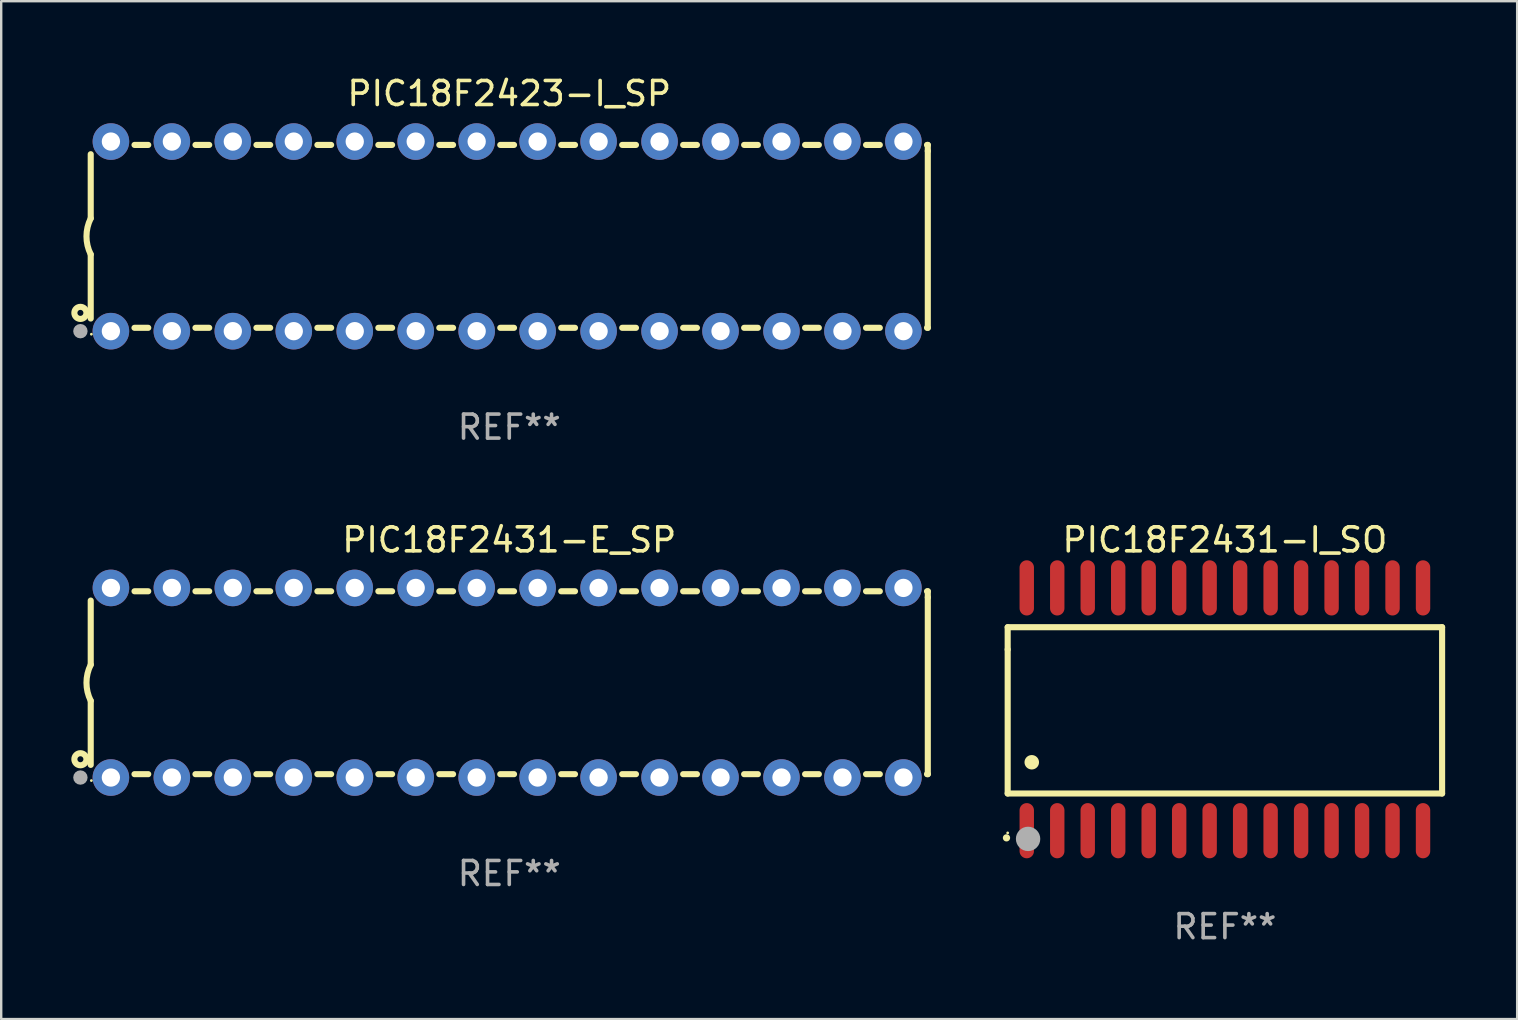
<source format=kicad_pcb>
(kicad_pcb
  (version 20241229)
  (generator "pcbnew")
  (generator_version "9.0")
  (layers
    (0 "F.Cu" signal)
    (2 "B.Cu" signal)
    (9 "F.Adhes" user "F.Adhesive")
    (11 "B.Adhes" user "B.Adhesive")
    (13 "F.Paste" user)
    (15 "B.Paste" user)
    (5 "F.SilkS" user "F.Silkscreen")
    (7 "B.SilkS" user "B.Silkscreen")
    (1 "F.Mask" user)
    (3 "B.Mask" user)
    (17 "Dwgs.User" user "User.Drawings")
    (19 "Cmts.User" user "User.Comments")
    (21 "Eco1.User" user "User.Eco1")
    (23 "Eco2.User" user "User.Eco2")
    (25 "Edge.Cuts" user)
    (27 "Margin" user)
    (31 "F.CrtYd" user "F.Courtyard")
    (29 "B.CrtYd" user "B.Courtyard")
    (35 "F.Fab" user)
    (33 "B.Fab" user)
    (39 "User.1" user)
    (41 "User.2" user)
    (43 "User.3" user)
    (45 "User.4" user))
  (footprint "PIC18F2431-I_SO"
    (layer "F.Cu")
    (at 47.984 26.502)
    (property "Reference" "PIC18F2431-I_SO" (at 0 -7.058 0) (layer "F.SilkS") (effects (font (size 1 1) (thickness 0.15))))
    (attr through_hole)
    (fp_line (start -9.05 -3.42) (end 9.05 -3.42) (stroke (width 0.254) (type solid)) (layer "F.SilkS"))
    (fp_line (start -9.05 -2.492) (end -9.05 -3.42) (stroke (width 0.254) (type solid)) (layer "F.SilkS"))
    (fp_line (start -9.05 3.508) (end -9.05 -2.492) (stroke (width 0.254) (type solid)) (layer "F.SilkS"))
    (fp_line (start 9.05 -3.42) (end 9.05 3.508) (stroke (width 0.254) (type solid)) (layer "F.SilkS"))
    (fp_line (start 9.05 3.508) (end -9.05 3.508) (stroke (width 0.254) (type solid)) (layer "F.SilkS"))
    (fp_arc (start -9.100838 5.35649) (mid -9.099568 5.356485) (end -9.098298 5.35649) (stroke (width 0.3) (type solid)) (layer "F.SilkS"))
    (fp_arc (start -8.049276 2.206883) (mid -8.046736 2.206872) (end -8.044196 2.206883) (stroke (width 0.6) (type solid)) (layer "F.SilkS"))
    (fp_circle (center -9.05 5.15) (end -9.02 5.15) (stroke (width 0.06) (type solid)) (fill no) (layer "F.SilkS"))
    (fp_circle (center -8.2 5.4) (end -7.946 5.4) (stroke (width 0.508) (type solid)) (fill no) (layer "F.Fab"))
    (fp_text user "REF**" (at 0 9.058 0) (layer "F.Fab") (effects (font (size 1 1) (thickness 0.15))))
    (pad "1" smd oval (at -8.255 5.058 180) (size 0.6 2.3) (layers "F.Cu" "F.Mask" "F.Paste"))
    (pad "2" smd oval (at -6.985 5.058 180) (size 0.6 2.3) (layers "F.Cu" "F.Mask" "F.Paste"))
    (pad "3" smd oval (at -5.715 5.058 180) (size 0.6 2.3) (layers "F.Cu" "F.Mask" "F.Paste"))
    (pad "4" smd oval (at -4.445 5.058 180) (size 0.6 2.3) (layers "F.Cu" "F.Mask" "F.Paste"))
    (pad "5" smd oval (at -3.175 5.058 180) (size 0.6 2.3) (layers "F.Cu" "F.Mask" "F.Paste"))
    (pad "6" smd oval (at -1.905 5.058 180) (size 0.6 2.3) (layers "F.Cu" "F.Mask" "F.Paste"))
    (pad "7" smd oval (at -0.635 5.058 180) (size 0.6 2.3) (layers "F.Cu" "F.Mask" "F.Paste"))
    (pad "8" smd oval (at 0.635 5.058 180) (size 0.6 2.3) (layers "F.Cu" "F.Mask" "F.Paste"))
    (pad "9" smd oval (at 1.905 5.058 180) (size 0.6 2.3) (layers "F.Cu" "F.Mask" "F.Paste"))
    (pad "10" smd oval (at 3.175 5.058 180) (size 0.6 2.3) (layers "F.Cu" "F.Mask" "F.Paste"))
    (pad "11" smd oval (at 4.445 5.058 180) (size 0.6 2.3) (layers "F.Cu" "F.Mask" "F.Paste"))
    (pad "12" smd oval (at 5.715 5.058 180) (size 0.6 2.3) (layers "F.Cu" "F.Mask" "F.Paste"))
    (pad "13" smd oval (at 6.985 5.058 180) (size 0.6 2.3) (layers "F.Cu" "F.Mask" "F.Paste"))
    (pad "14" smd oval (at 8.255 5.058 180) (size 0.6 2.3) (layers "F.Cu" "F.Mask" "F.Paste"))
    (pad "15" smd oval (at 8.255 -5.058 180) (size 0.6 2.3) (layers "F.Cu" "F.Mask" "F.Paste"))
    (pad "16" smd oval (at 6.985 -5.058 180) (size 0.6 2.3) (layers "F.Cu" "F.Mask" "F.Paste"))
    (pad "17" smd oval (at 5.715 -5.058 180) (size 0.6 2.3) (layers "F.Cu" "F.Mask" "F.Paste"))
    (pad "18" smd oval (at 4.445 -5.058 180) (size 0.6 2.3) (layers "F.Cu" "F.Mask" "F.Paste"))
    (pad "19" smd oval (at 3.175 -5.058 180) (size 0.6 2.3) (layers "F.Cu" "F.Mask" "F.Paste"))
    (pad "20" smd oval (at 1.905 -5.058 180) (size 0.6 2.3) (layers "F.Cu" "F.Mask" "F.Paste"))
    (pad "21" smd oval (at 0.635 -5.058 180) (size 0.6 2.3) (layers "F.Cu" "F.Mask" "F.Paste"))
    (pad "22" smd oval (at -0.635 -5.058 180) (size 0.6 2.3) (layers "F.Cu" "F.Mask" "F.Paste"))
    (pad "23" smd oval (at -1.905 -5.058 180) (size 0.6 2.3) (layers "F.Cu" "F.Mask" "F.Paste"))
    (pad "24" smd oval (at -3.175 -5.058 180) (size 0.6 2.3) (layers "F.Cu" "F.Mask" "F.Paste"))
    (pad "25" smd oval (at -4.445 -5.058 180) (size 0.6 2.3) (layers "F.Cu" "F.Mask" "F.Paste"))
    (pad "26" smd oval (at -5.715 -5.058 180) (size 0.6 2.3) (layers "F.Cu" "F.Mask" "F.Paste"))
    (pad "27" smd oval (at -6.985 -5.058 180) (size 0.6 2.3) (layers "F.Cu" "F.Mask" "F.Paste"))
    (pad "28" smd oval (at -8.255 -5.058 180) (size 0.6 2.3) (layers "F.Cu" "F.Mask" "F.Paste")))
  (footprint "PIC18F2431-E_SP"
    (layer "F.Cu")
    (at 18.168 25.395)
    (property "Reference" "PIC18F2431-E_SP" (at 0 -5.95 0) (layer "F.SilkS") (effects (font (size 1 1) (thickness 0.15))))
    (attr through_hole)
    (fp_line (start -17.438 0.75) (end -17.438 3.423) (stroke (width 0.254) (type solid)) (layer "F.SilkS"))
    (fp_line (start -17.438 -3.423) (end -17.438 -0.75) (stroke (width 0.254) (type solid)) (layer "F.SilkS"))
    (fp_line (start -15.615 3.81) (end -15.041 3.81) (stroke (width 0.254) (type solid)) (layer "F.SilkS"))
    (fp_line (start -15.041 -3.81) (end -15.614 -3.81) (stroke (width 0.254) (type solid)) (layer "F.SilkS"))
    (fp_line (start -13.075 3.81) (end -12.501 3.81) (stroke (width 0.254) (type solid)) (layer "F.SilkS"))
    (fp_line (start -12.501 -3.81) (end -13.074 -3.81) (stroke (width 0.254) (type solid)) (layer "F.SilkS"))
    (fp_line (start -10.535 3.81) (end -9.961 3.81) (stroke (width 0.254) (type solid)) (layer "F.SilkS"))
    (fp_line (start -9.961 -3.81) (end -10.534 -3.81) (stroke (width 0.254) (type solid)) (layer "F.SilkS"))
    (fp_line (start -7.995 3.81) (end -7.421 3.81) (stroke (width 0.254) (type solid)) (layer "F.SilkS"))
    (fp_line (start -7.421 -3.81) (end -7.995 -3.81) (stroke (width 0.254) (type solid)) (layer "F.SilkS"))
    (fp_line (start -5.455 3.81) (end -4.881 3.81) (stroke (width 0.254) (type solid)) (layer "F.SilkS"))
    (fp_line (start -4.881 -3.81) (end -5.455 -3.81) (stroke (width 0.254) (type solid)) (layer "F.SilkS"))
    (fp_line (start -2.915 3.81) (end -2.341 3.81) (stroke (width 0.254) (type solid)) (layer "F.SilkS"))
    (fp_line (start -2.341 -3.81) (end -2.915 -3.81) (stroke (width 0.254) (type solid)) (layer "F.SilkS"))
    (fp_line (start -0.375 3.81) (end 0.199 3.81) (stroke (width 0.254) (type solid)) (layer "F.SilkS"))
    (fp_line (start 0.199 -3.81) (end -0.375 -3.81) (stroke (width 0.254) (type solid)) (layer "F.SilkS"))
    (fp_line (start 2.165 3.81) (end 2.739 3.81) (stroke (width 0.254) (type solid)) (layer "F.SilkS"))
    (fp_line (start 2.739 -3.81) (end 2.165 -3.81) (stroke (width 0.254) (type solid)) (layer "F.SilkS"))
    (fp_line (start 4.705 3.81) (end 5.279 3.81) (stroke (width 0.254) (type solid)) (layer "F.SilkS"))
    (fp_line (start 5.279 -3.81) (end 4.705 -3.81) (stroke (width 0.254) (type solid)) (layer "F.SilkS"))
    (fp_line (start 7.245 3.81) (end 7.819 3.81) (stroke (width 0.254) (type solid)) (layer "F.SilkS"))
    (fp_line (start 7.819 -3.81) (end 7.245 -3.81) (stroke (width 0.254) (type solid)) (layer "F.SilkS"))
    (fp_line (start 9.785 3.81) (end 10.359 3.81) (stroke (width 0.254) (type solid)) (layer "F.SilkS"))
    (fp_line (start 10.359 -3.81) (end 9.785 -3.81) (stroke (width 0.254) (type solid)) (layer "F.SilkS"))
    (fp_line (start 12.325 3.81) (end 12.899 3.81) (stroke (width 0.254) (type solid)) (layer "F.SilkS"))
    (fp_line (start 12.899 -3.81) (end 12.325 -3.81) (stroke (width 0.254) (type solid)) (layer "F.SilkS"))
    (fp_line (start 14.865 3.81) (end 15.439 3.81) (stroke (width 0.254) (type solid)) (layer "F.SilkS"))
    (fp_line (start 15.439 -3.81) (end 14.865 -3.81) (stroke (width 0.254) (type solid)) (layer "F.SilkS"))
    (fp_line (start 17.405 3.81) (end 17.438 3.81) (stroke (width 0.254) (type solid)) (layer "F.SilkS"))
    (fp_line (start 17.438 -3.81) (end 17.405 -3.81) (stroke (width 0.254) (type solid)) (layer "F.SilkS"))
    (fp_line (start 17.438 -3.556) (end 17.438 -3.81) (stroke (width 0.254) (type solid)) (layer "F.SilkS"))
    (fp_line (start 17.438 3.81) (end 17.438 -3.556) (stroke (width 0.254) (type solid)) (layer "F.SilkS"))
    (fp_arc (start -17.437986 0.749657) (mid -17.614887 -0.000024) (end -17.437783 -0.749657) (stroke (width 0.254001) (type solid)) (layer "F.SilkS"))
    (fp_circle (center -17.868 3.188) (end -17.743 3.188) (stroke (width 0.254) (type solid)) (fill no) (layer "F.SilkS"))
    (fp_circle (center -17.411 4.077) (end -17.381 4.077) (stroke (width 0.06) (type solid)) (fill no) (layer "F.SilkS"))
    (fp_circle (center -17.868 3.95) (end -17.718 3.95) (stroke (width 0.3) (type solid)) (fill no) (layer "F.Fab"))
    (fp_text user "REF**" (at 0 7.95 0) (layer "F.Fab") (effects (font (size 1 1) (thickness 0.15))))
    (pad "1" thru_hole circle (at -16.598 3.95) (size 1.524 1.524) (drill 0.762) (layers "*.Cu" "*.Mask"))
    (pad "2" thru_hole circle (at -14.058 3.95) (size 1.524 1.524) (drill 0.762) (layers "*.Cu" "*.Mask"))
    (pad "3" thru_hole circle (at -11.518 3.95) (size 1.524 1.524) (drill 0.762) (layers "*.Cu" "*.Mask"))
    (pad "4" thru_hole circle (at -8.978 3.95) (size 1.524 1.524) (drill 0.762) (layers "*.Cu" "*.Mask"))
    (pad "5" thru_hole circle (at -6.438 3.95) (size 1.524 1.524) (drill 0.762) (layers "*.Cu" "*.Mask"))
    (pad "6" thru_hole circle (at -3.898 3.95) (size 1.524 1.524) (drill 0.762) (layers "*.Cu" "*.Mask"))
    (pad "7" thru_hole circle (at -1.358 3.95) (size 1.524 1.524) (drill 0.762) (layers "*.Cu" "*.Mask"))
    (pad "8" thru_hole circle (at 1.182 3.95) (size 1.524 1.524) (drill 0.762) (layers "*.Cu" "*.Mask"))
    (pad "9" thru_hole circle (at 3.722 3.95) (size 1.524 1.524) (drill 0.762) (layers "*.Cu" "*.Mask"))
    (pad "10" thru_hole circle (at 6.262 3.95) (size 1.524 1.524) (drill 0.762) (layers "*.Cu" "*.Mask"))
    (pad "11" thru_hole circle (at 8.802 3.95) (size 1.524 1.524) (drill 0.762) (layers "*.Cu" "*.Mask"))
    (pad "12" thru_hole circle (at 11.342 3.95) (size 1.524 1.524) (drill 0.762) (layers "*.Cu" "*.Mask"))
    (pad "13" thru_hole circle (at 13.882 3.95) (size 1.524 1.524) (drill 0.762) (layers "*.Cu" "*.Mask"))
    (pad "14" thru_hole circle (at 16.422 3.95) (size 1.524 1.524) (drill 0.762) (layers "*.Cu" "*.Mask"))
    (pad "15" thru_hole circle (at 16.422 -3.95) (size 1.524 1.524) (drill 0.762) (layers "*.Cu" "*.Mask"))
    (pad "16" thru_hole circle (at 13.882 -3.95) (size 1.524 1.524) (drill 0.762) (layers "*.Cu" "*.Mask"))
    (pad "17" thru_hole circle (at 11.342 -3.95) (size 1.524 1.524) (drill 0.762) (layers "*.Cu" "*.Mask"))
    (pad "18" thru_hole circle (at 8.802 -3.95) (size 1.524 1.524) (drill 0.762) (layers "*.Cu" "*.Mask"))
    (pad "19" thru_hole circle (at 6.262 -3.95) (size 1.524 1.524) (drill 0.762) (layers "*.Cu" "*.Mask"))
    (pad "20" thru_hole circle (at 3.722 -3.95) (size 1.524 1.524) (drill 0.762) (layers "*.Cu" "*.Mask"))
    (pad "21" thru_hole circle (at 1.182 -3.95) (size 1.524 1.524) (drill 0.762) (layers "*.Cu" "*.Mask"))
    (pad "22" thru_hole circle (at -1.358 -3.95) (size 1.524 1.524) (drill 0.762) (layers "*.Cu" "*.Mask"))
    (pad "23" thru_hole circle (at -3.898 -3.95) (size 1.524 1.524) (drill 0.762) (layers "*.Cu" "*.Mask"))
    (pad "24" thru_hole circle (at -6.438 -3.95) (size 1.524 1.524) (drill 0.762) (layers "*.Cu" "*.Mask"))
    (pad "25" thru_hole circle (at -8.978 -3.95) (size 1.524 1.524) (drill 0.762) (layers "*.Cu" "*.Mask"))
    (pad "26" thru_hole circle (at -11.517 -3.95) (size 1.524 1.524) (drill 0.762) (layers "*.Cu" "*.Mask"))
    (pad "27" thru_hole circle (at -14.057 -3.95) (size 1.524 1.524) (drill 0.762) (layers "*.Cu" "*.Mask"))
    (pad "28" thru_hole circle (at -16.597 -3.95) (size 1.524 1.524) (drill 0.762) (layers "*.Cu" "*.Mask")))
  (footprint "PIC18F2423-I_SP"
    (layer "F.Cu")
    (at 18.168 6.798)
    (property "Reference" "PIC18F2423-I_SP" (at 0 -5.95 0) (layer "F.SilkS") (effects (font (size 1 1) (thickness 0.15))))
    (attr through_hole)
    (fp_line (start -17.438 0.75) (end -17.438 3.423) (stroke (width 0.254) (type solid)) (layer "F.SilkS"))
    (fp_line (start -17.438 -3.423) (end -17.438 -0.75) (stroke (width 0.254) (type solid)) (layer "F.SilkS"))
    (fp_line (start -15.615 3.81) (end -15.041 3.81) (stroke (width 0.254) (type solid)) (layer "F.SilkS"))
    (fp_line (start -15.041 -3.81) (end -15.614 -3.81) (stroke (width 0.254) (type solid)) (layer "F.SilkS"))
    (fp_line (start -13.075 3.81) (end -12.501 3.81) (stroke (width 0.254) (type solid)) (layer "F.SilkS"))
    (fp_line (start -12.501 -3.81) (end -13.074 -3.81) (stroke (width 0.254) (type solid)) (layer "F.SilkS"))
    (fp_line (start -10.535 3.81) (end -9.961 3.81) (stroke (width 0.254) (type solid)) (layer "F.SilkS"))
    (fp_line (start -9.961 -3.81) (end -10.534 -3.81) (stroke (width 0.254) (type solid)) (layer "F.SilkS"))
    (fp_line (start -7.995 3.81) (end -7.421 3.81) (stroke (width 0.254) (type solid)) (layer "F.SilkS"))
    (fp_line (start -7.421 -3.81) (end -7.995 -3.81) (stroke (width 0.254) (type solid)) (layer "F.SilkS"))
    (fp_line (start -5.455 3.81) (end -4.881 3.81) (stroke (width 0.254) (type solid)) (layer "F.SilkS"))
    (fp_line (start -4.881 -3.81) (end -5.455 -3.81) (stroke (width 0.254) (type solid)) (layer "F.SilkS"))
    (fp_line (start -2.915 3.81) (end -2.341 3.81) (stroke (width 0.254) (type solid)) (layer "F.SilkS"))
    (fp_line (start -2.341 -3.81) (end -2.915 -3.81) (stroke (width 0.254) (type solid)) (layer "F.SilkS"))
    (fp_line (start -0.375 3.81) (end 0.199 3.81) (stroke (width 0.254) (type solid)) (layer "F.SilkS"))
    (fp_line (start 0.199 -3.81) (end -0.375 -3.81) (stroke (width 0.254) (type solid)) (layer "F.SilkS"))
    (fp_line (start 2.165 3.81) (end 2.739 3.81) (stroke (width 0.254) (type solid)) (layer "F.SilkS"))
    (fp_line (start 2.739 -3.81) (end 2.165 -3.81) (stroke (width 0.254) (type solid)) (layer "F.SilkS"))
    (fp_line (start 4.705 3.81) (end 5.279 3.81) (stroke (width 0.254) (type solid)) (layer "F.SilkS"))
    (fp_line (start 5.279 -3.81) (end 4.705 -3.81) (stroke (width 0.254) (type solid)) (layer "F.SilkS"))
    (fp_line (start 7.245 3.81) (end 7.819 3.81) (stroke (width 0.254) (type solid)) (layer "F.SilkS"))
    (fp_line (start 7.819 -3.81) (end 7.245 -3.81) (stroke (width 0.254) (type solid)) (layer "F.SilkS"))
    (fp_line (start 9.785 3.81) (end 10.359 3.81) (stroke (width 0.254) (type solid)) (layer "F.SilkS"))
    (fp_line (start 10.359 -3.81) (end 9.785 -3.81) (stroke (width 0.254) (type solid)) (layer "F.SilkS"))
    (fp_line (start 12.325 3.81) (end 12.899 3.81) (stroke (width 0.254) (type solid)) (layer "F.SilkS"))
    (fp_line (start 12.899 -3.81) (end 12.325 -3.81) (stroke (width 0.254) (type solid)) (layer "F.SilkS"))
    (fp_line (start 14.865 3.81) (end 15.439 3.81) (stroke (width 0.254) (type solid)) (layer "F.SilkS"))
    (fp_line (start 15.439 -3.81) (end 14.865 -3.81) (stroke (width 0.254) (type solid)) (layer "F.SilkS"))
    (fp_line (start 17.405 3.81) (end 17.438 3.81) (stroke (width 0.254) (type solid)) (layer "F.SilkS"))
    (fp_line (start 17.438 -3.81) (end 17.405 -3.81) (stroke (width 0.254) (type solid)) (layer "F.SilkS"))
    (fp_line (start 17.438 -3.556) (end 17.438 -3.81) (stroke (width 0.254) (type solid)) (layer "F.SilkS"))
    (fp_line (start 17.438 3.81) (end 17.438 -3.556) (stroke (width 0.254) (type solid)) (layer "F.SilkS"))
    (fp_arc (start -17.437986 0.749657) (mid -17.614887 -0.000024) (end -17.437783 -0.749657) (stroke (width 0.254001) (type solid)) (layer "F.SilkS"))
    (fp_circle (center -17.868 3.188) (end -17.743 3.188) (stroke (width 0.254) (type solid)) (fill no) (layer "F.SilkS"))
    (fp_circle (center -17.411 4.077) (end -17.381 4.077) (stroke (width 0.06) (type solid)) (fill no) (layer "F.SilkS"))
    (fp_circle (center -17.868 3.95) (end -17.718 3.95) (stroke (width 0.3) (type solid)) (fill no) (layer "F.Fab"))
    (fp_text user "REF**" (at 0 7.95 0) (layer "F.Fab") (effects (font (size 1 1) (thickness 0.15))))
    (pad "1" thru_hole circle (at -16.598 3.95) (size 1.524 1.524) (drill 0.762) (layers "*.Cu" "*.Mask"))
    (pad "2" thru_hole circle (at -14.058 3.95) (size 1.524 1.524) (drill 0.762) (layers "*.Cu" "*.Mask"))
    (pad "3" thru_hole circle (at -11.518 3.95) (size 1.524 1.524) (drill 0.762) (layers "*.Cu" "*.Mask"))
    (pad "4" thru_hole circle (at -8.978 3.95) (size 1.524 1.524) (drill 0.762) (layers "*.Cu" "*.Mask"))
    (pad "5" thru_hole circle (at -6.438 3.95) (size 1.524 1.524) (drill 0.762) (layers "*.Cu" "*.Mask"))
    (pad "6" thru_hole circle (at -3.898 3.95) (size 1.524 1.524) (drill 0.762) (layers "*.Cu" "*.Mask"))
    (pad "7" thru_hole circle (at -1.358 3.95) (size 1.524 1.524) (drill 0.762) (layers "*.Cu" "*.Mask"))
    (pad "8" thru_hole circle (at 1.182 3.95) (size 1.524 1.524) (drill 0.762) (layers "*.Cu" "*.Mask"))
    (pad "9" thru_hole circle (at 3.722 3.95) (size 1.524 1.524) (drill 0.762) (layers "*.Cu" "*.Mask"))
    (pad "10" thru_hole circle (at 6.262 3.95) (size 1.524 1.524) (drill 0.762) (layers "*.Cu" "*.Mask"))
    (pad "11" thru_hole circle (at 8.802 3.95) (size 1.524 1.524) (drill 0.762) (layers "*.Cu" "*.Mask"))
    (pad "12" thru_hole circle (at 11.342 3.95) (size 1.524 1.524) (drill 0.762) (layers "*.Cu" "*.Mask"))
    (pad "13" thru_hole circle (at 13.882 3.95) (size 1.524 1.524) (drill 0.762) (layers "*.Cu" "*.Mask"))
    (pad "14" thru_hole circle (at 16.422 3.95) (size 1.524 1.524) (drill 0.762) (layers "*.Cu" "*.Mask"))
    (pad "15" thru_hole circle (at 16.422 -3.95) (size 1.524 1.524) (drill 0.762) (layers "*.Cu" "*.Mask"))
    (pad "16" thru_hole circle (at 13.882 -3.95) (size 1.524 1.524) (drill 0.762) (layers "*.Cu" "*.Mask"))
    (pad "17" thru_hole circle (at 11.342 -3.95) (size 1.524 1.524) (drill 0.762) (layers "*.Cu" "*.Mask"))
    (pad "18" thru_hole circle (at 8.802 -3.95) (size 1.524 1.524) (drill 0.762) (layers "*.Cu" "*.Mask"))
    (pad "19" thru_hole circle (at 6.262 -3.95) (size 1.524 1.524) (drill 0.762) (layers "*.Cu" "*.Mask"))
    (pad "20" thru_hole circle (at 3.722 -3.95) (size 1.524 1.524) (drill 0.762) (layers "*.Cu" "*.Mask"))
    (pad "21" thru_hole circle (at 1.182 -3.95) (size 1.524 1.524) (drill 0.762) (layers "*.Cu" "*.Mask"))
    (pad "22" thru_hole circle (at -1.358 -3.95) (size 1.524 1.524) (drill 0.762) (layers "*.Cu" "*.Mask"))
    (pad "23" thru_hole circle (at -3.898 -3.95) (size 1.524 1.524) (drill 0.762) (layers "*.Cu" "*.Mask"))
    (pad "24" thru_hole circle (at -6.438 -3.95) (size 1.524 1.524) (drill 0.762) (layers "*.Cu" "*.Mask"))
    (pad "25" thru_hole circle (at -8.978 -3.95) (size 1.524 1.524) (drill 0.762) (layers "*.Cu" "*.Mask"))
    (pad "26" thru_hole circle (at -11.517 -3.95) (size 1.524 1.524) (drill 0.762) (layers "*.Cu" "*.Mask"))
    (pad "27" thru_hole circle (at -14.057 -3.95) (size 1.524 1.524) (drill 0.762) (layers "*.Cu" "*.Mask"))
    (pad "28" thru_hole circle (at -16.597 -3.95) (size 1.524 1.524) (drill 0.762) (layers "*.Cu" "*.Mask")))
  (gr_rect
    (start -3 -3)
    (end 60.161 39.408)
    (stroke (width 0.1) (type default))
    (fill no)
    (layer "Edge.Cuts")))
</source>
